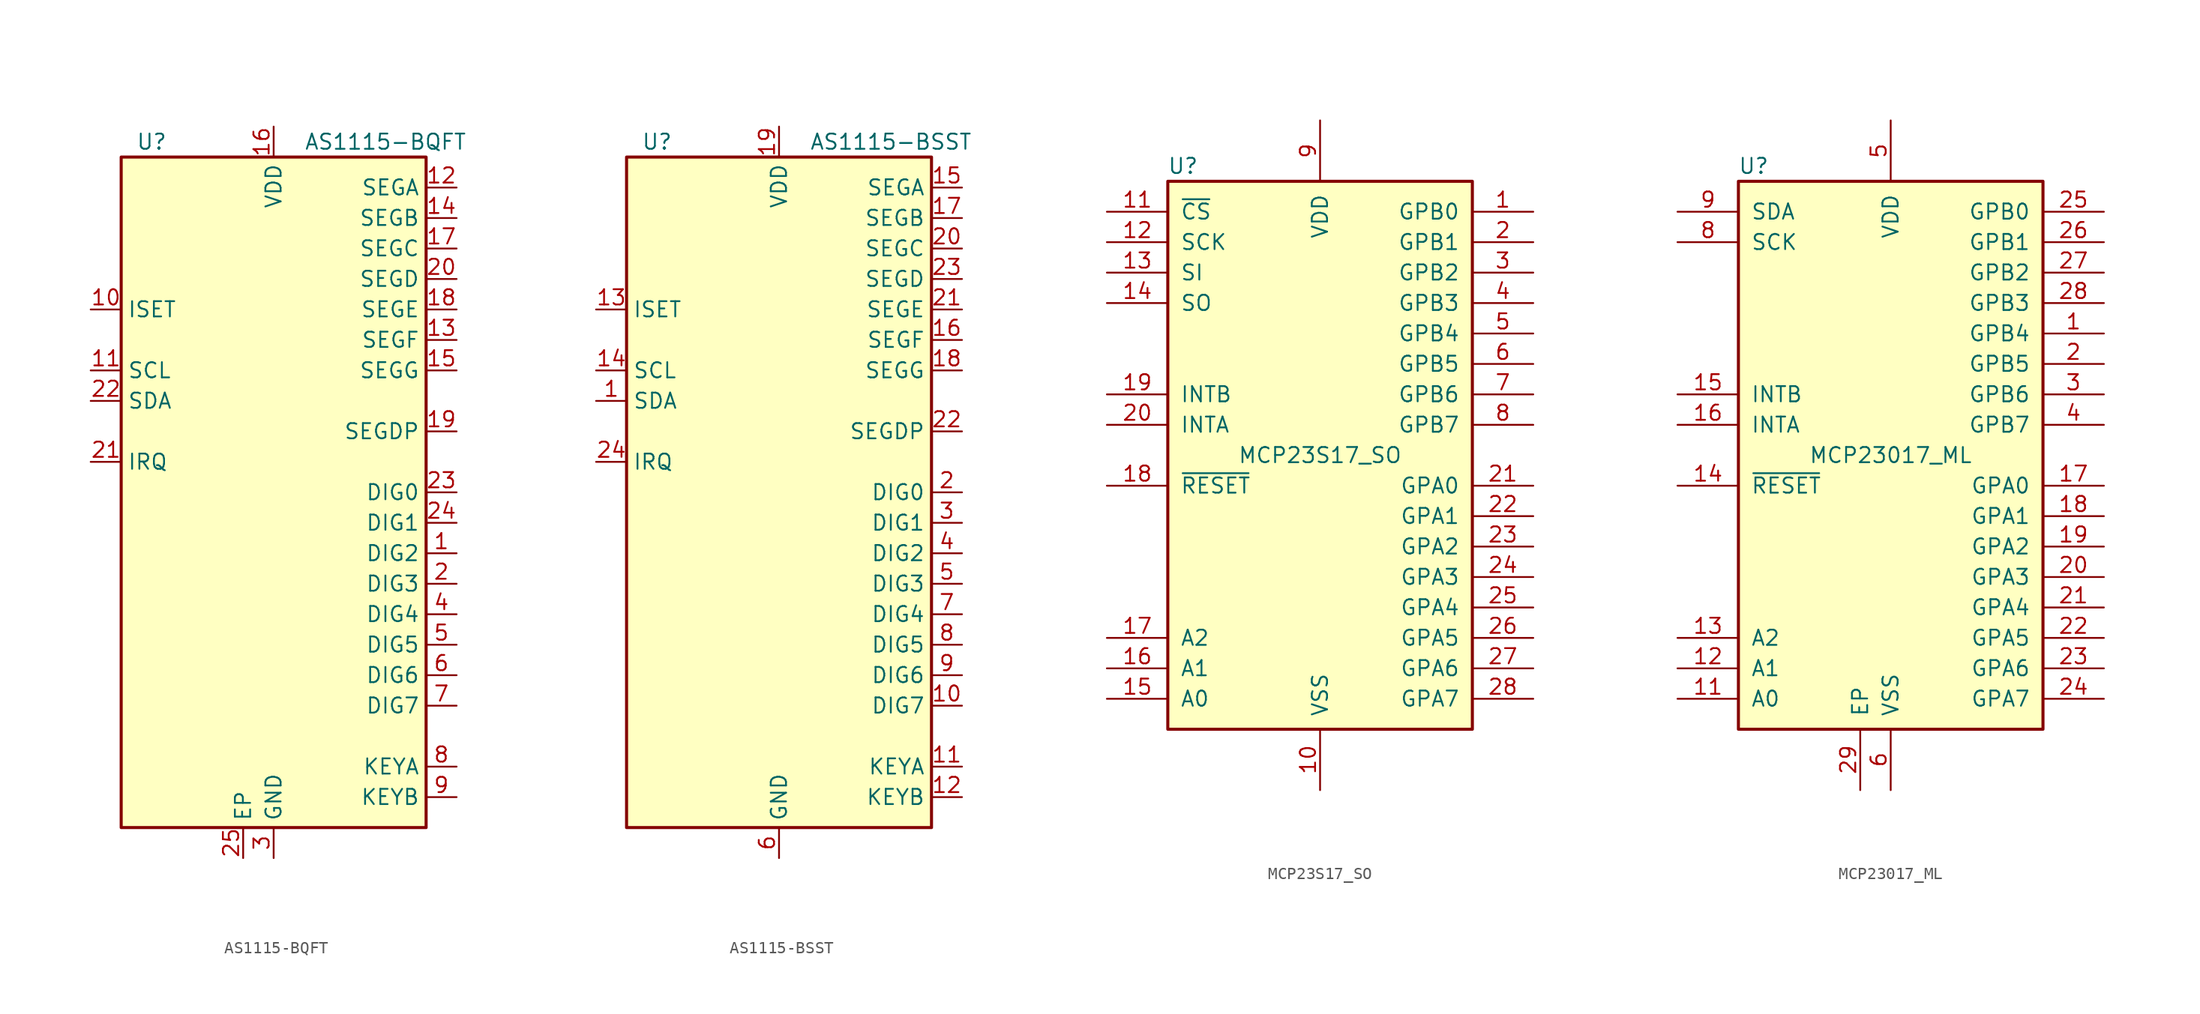
<source format=kicad_sym>
(kicad_symbol_lib
  (version 20201005)
  (generator kicad_symbol_editor)
  (symbol "AS1115-BQFT"
    (property "Reference" "U"
      (at -10.16 29.21 0)
      (effects (font (size 1.27 1.27))))
    (property "Value" "AS1115-BQFT"
      (at 2.54 29.21 0)
      (effects (font (size 1.27 1.27)) (justify left)))
    (symbol "AS1115-BQFT_0_1"
      (rectangle (start -12.7 27.94) (end 12.7 -27.94) (stroke (width 0.254)) (fill (type background))))
    (symbol "AS1115-BQFT_1_1"
      (pin open_collector line (at 15.24 -5.08 180) (length 2.54) (name "DIG2" (effects (font (size 1.27 1.27)))) (number "1" (effects (font (size 1.27 1.27)))))
      (pin passive line (at -15.24 15.24 0) (length 2.54) (name "ISET" (effects (font (size 1.27 1.27)))) (number "10" (effects (font (size 1.27 1.27)))))
      (pin input line (at -15.24 10.16 0) (length 2.54) (name "SCL" (effects (font (size 1.27 1.27)))) (number "11" (effects (font (size 1.27 1.27)))))
      (pin output line (at 15.24 25.4 180) (length 2.54) (name "SEGA" (effects (font (size 1.27 1.27)))) (number "12" (effects (font (size 1.27 1.27)))))
      (pin output line (at 15.24 12.7 180) (length 2.54) (name "SEGF" (effects (font (size 1.27 1.27)))) (number "13" (effects (font (size 1.27 1.27)))))
      (pin output line (at 15.24 22.86 180) (length 2.54) (name "SEGB" (effects (font (size 1.27 1.27)))) (number "14" (effects (font (size 1.27 1.27)))))
      (pin output line (at 15.24 10.16 180) (length 2.54) (name "SEGG" (effects (font (size 1.27 1.27)))) (number "15" (effects (font (size 1.27 1.27)))))
      (pin power_in line (at 0 30.48 270) (length 2.54) (name "VDD" (effects (font (size 1.27 1.27)))) (number "16" (effects (font (size 1.27 1.27)))))
      (pin output line (at 15.24 20.32 180) (length 2.54) (name "SEGC" (effects (font (size 1.27 1.27)))) (number "17" (effects (font (size 1.27 1.27)))))
      (pin output line (at 15.24 15.24 180) (length 2.54) (name "SEGE" (effects (font (size 1.27 1.27)))) (number "18" (effects (font (size 1.27 1.27)))))
      (pin output line (at 15.24 5.08 180) (length 2.54) (name "SEGDP" (effects (font (size 1.27 1.27)))) (number "19" (effects (font (size 1.27 1.27)))))
      (pin open_collector line (at 15.24 -7.62 180) (length 2.54) (name "DIG3" (effects (font (size 1.27 1.27)))) (number "2" (effects (font (size 1.27 1.27)))))
      (pin output line (at 15.24 17.78 180) (length 2.54) (name "SEGD" (effects (font (size 1.27 1.27)))) (number "20" (effects (font (size 1.27 1.27)))))
      (pin open_collector line (at -15.24 2.54 0) (length 2.54) (name "IRQ" (effects (font (size 1.27 1.27)))) (number "21" (effects (font (size 1.27 1.27)))))
      (pin bidirectional line (at -15.24 7.62 0) (length 2.54) (name "SDA" (effects (font (size 1.27 1.27)))) (number "22" (effects (font (size 1.27 1.27)))))
      (pin open_collector line (at 15.24 0 180) (length 2.54) (name "DIG0" (effects (font (size 1.27 1.27)))) (number "23" (effects (font (size 1.27 1.27)))))
      (pin open_collector line (at 15.24 -2.54 180) (length 2.54) (name "DIG1" (effects (font (size 1.27 1.27)))) (number "24" (effects (font (size 1.27 1.27)))))
      (pin passive line (at -2.54 -30.48 90) (length 2.54) (name "EP" (effects (font (size 1.27 1.27)))) (number "25" (effects (font (size 1.27 1.27)))))
      (pin power_in line (at 0 -30.48 90) (length 2.54) (name "GND" (effects (font (size 1.27 1.27)))) (number "3" (effects (font (size 1.27 1.27)))))
      (pin open_collector line (at 15.24 -10.16 180) (length 2.54) (name "DIG4" (effects (font (size 1.27 1.27)))) (number "4" (effects (font (size 1.27 1.27)))))
      (pin open_collector line (at 15.24 -12.7 180) (length 2.54) (name "DIG5" (effects (font (size 1.27 1.27)))) (number "5" (effects (font (size 1.27 1.27)))))
      (pin open_collector line (at 15.24 -15.24 180) (length 2.54) (name "DIG6" (effects (font (size 1.27 1.27)))) (number "6" (effects (font (size 1.27 1.27)))))
      (pin open_collector line (at 15.24 -17.78 180) (length 2.54) (name "DIG7" (effects (font (size 1.27 1.27)))) (number "7" (effects (font (size 1.27 1.27)))))
      (pin open_collector line (at 15.24 -22.86 180) (length 2.54) (name "KEYA" (effects (font (size 1.27 1.27)))) (number "8" (effects (font (size 1.27 1.27)))))
      (pin open_collector line (at 15.24 -25.4 180) (length 2.54) (name "KEYB" (effects (font (size 1.27 1.27)))) (number "9" (effects (font (size 1.27 1.27)))))))
  (symbol "AS1115-BSST"
    (property "Reference" "U"
      (at -10.16 29.21 0)
      (effects (font (size 1.27 1.27))))
    (property "Value" "AS1115-BSST"
      (at 2.54 29.21 0)
      (effects (font (size 1.27 1.27)) (justify left)))
    (symbol "AS1115-BSST_0_1"
      (rectangle (start -12.7 27.94) (end 12.7 -27.94) (stroke (width 0.254)) (fill (type background))))
    (symbol "AS1115-BSST_1_1"
      (pin bidirectional line (at -15.24 7.62 0) (length 2.54) (name "SDA" (effects (font (size 1.27 1.27)))) (number "1" (effects (font (size 1.27 1.27)))))
      (pin open_collector line (at 15.24 -17.78 180) (length 2.54) (name "DIG7" (effects (font (size 1.27 1.27)))) (number "10" (effects (font (size 1.27 1.27)))))
      (pin open_collector line (at 15.24 -22.86 180) (length 2.54) (name "KEYA" (effects (font (size 1.27 1.27)))) (number "11" (effects (font (size 1.27 1.27)))))
      (pin open_collector line (at 15.24 -25.4 180) (length 2.54) (name "KEYB" (effects (font (size 1.27 1.27)))) (number "12" (effects (font (size 1.27 1.27)))))
      (pin passive line (at -15.24 15.24 0) (length 2.54) (name "ISET" (effects (font (size 1.27 1.27)))) (number "13" (effects (font (size 1.27 1.27)))))
      (pin input line (at -15.24 10.16 0) (length 2.54) (name "SCL" (effects (font (size 1.27 1.27)))) (number "14" (effects (font (size 1.27 1.27)))))
      (pin output line (at 15.24 25.4 180) (length 2.54) (name "SEGA" (effects (font (size 1.27 1.27)))) (number "15" (effects (font (size 1.27 1.27)))))
      (pin output line (at 15.24 12.7 180) (length 2.54) (name "SEGF" (effects (font (size 1.27 1.27)))) (number "16" (effects (font (size 1.27 1.27)))))
      (pin output line (at 15.24 22.86 180) (length 2.54) (name "SEGB" (effects (font (size 1.27 1.27)))) (number "17" (effects (font (size 1.27 1.27)))))
      (pin output line (at 15.24 10.16 180) (length 2.54) (name "SEGG" (effects (font (size 1.27 1.27)))) (number "18" (effects (font (size 1.27 1.27)))))
      (pin power_in line (at 0 30.48 270) (length 2.54) (name "VDD" (effects (font (size 1.27 1.27)))) (number "19" (effects (font (size 1.27 1.27)))))
      (pin open_collector line (at 15.24 0 180) (length 2.54) (name "DIG0" (effects (font (size 1.27 1.27)))) (number "2" (effects (font (size 1.27 1.27)))))
      (pin output line (at 15.24 20.32 180) (length 2.54) (name "SEGC" (effects (font (size 1.27 1.27)))) (number "20" (effects (font (size 1.27 1.27)))))
      (pin output line (at 15.24 15.24 180) (length 2.54) (name "SEGE" (effects (font (size 1.27 1.27)))) (number "21" (effects (font (size 1.27 1.27)))))
      (pin output line (at 15.24 5.08 180) (length 2.54) (name "SEGDP" (effects (font (size 1.27 1.27)))) (number "22" (effects (font (size 1.27 1.27)))))
      (pin output line (at 15.24 17.78 180) (length 2.54) (name "SEGD" (effects (font (size 1.27 1.27)))) (number "23" (effects (font (size 1.27 1.27)))))
      (pin open_collector line (at -15.24 2.54 0) (length 2.54) (name "IRQ" (effects (font (size 1.27 1.27)))) (number "24" (effects (font (size 1.27 1.27)))))
      (pin open_collector line (at 15.24 -2.54 180) (length 2.54) (name "DIG1" (effects (font (size 1.27 1.27)))) (number "3" (effects (font (size 1.27 1.27)))))
      (pin open_collector line (at 15.24 -5.08 180) (length 2.54) (name "DIG2" (effects (font (size 1.27 1.27)))) (number "4" (effects (font (size 1.27 1.27)))))
      (pin open_collector line (at 15.24 -7.62 180) (length 2.54) (name "DIG3" (effects (font (size 1.27 1.27)))) (number "5" (effects (font (size 1.27 1.27)))))
      (pin power_in line (at 0 -30.48 90) (length 2.54) (name "GND" (effects (font (size 1.27 1.27)))) (number "6" (effects (font (size 1.27 1.27)))))
      (pin open_collector line (at 15.24 -10.16 180) (length 2.54) (name "DIG4" (effects (font (size 1.27 1.27)))) (number "7" (effects (font (size 1.27 1.27)))))
      (pin open_collector line (at 15.24 -12.7 180) (length 2.54) (name "DIG5" (effects (font (size 1.27 1.27)))) (number "8" (effects (font (size 1.27 1.27)))))
      (pin open_collector line (at 15.24 -15.24 180) (length 2.54) (name "DIG6" (effects (font (size 1.27 1.27)))) (number "9" (effects (font (size 1.27 1.27)))))))
  (symbol "MCP23S17_SO"
    (pin_names
      (offset 1.016))
    (property "Reference" "U"
      (at -11.43 24.13 0)
      (effects (font (size 1.27 1.27))))
    (property "Value" "MCP23S17_SO"
      (at 0 0 0)
      (effects (font (size 1.27 1.27))))
    (symbol "MCP23S17_SO_0_1"
      (rectangle (start -12.7 22.86) (end 12.7 -22.86) (stroke (width 0.254)) (fill (type background))))
    (symbol "MCP23S17_SO_1_1"
      (pin bidirectional line (at 17.78 20.32 180) (length 5.08) (name "GPB0" (effects (font (size 1.27 1.27)))) (number "1" (effects (font (size 1.27 1.27)))))
      (pin power_in line (at 0 -27.94 90) (length 5.08) (name "VSS" (effects (font (size 1.27 1.27)))) (number "10" (effects (font (size 1.27 1.27)))))
      (pin input line (at -17.78 20.32 0) (length 5.08) (name "~CS~" (effects (font (size 1.27 1.27)))) (number "11" (effects (font (size 1.27 1.27)))))
      (pin input line (at -17.78 17.78 0) (length 5.08) (name "SCK" (effects (font (size 1.27 1.27)))) (number "12" (effects (font (size 1.27 1.27)))))
      (pin input line (at -17.78 15.24 0) (length 5.08) (name "SI" (effects (font (size 1.27 1.27)))) (number "13" (effects (font (size 1.27 1.27)))))
      (pin output line (at -17.78 12.7 0) (length 5.08) (name "SO" (effects (font (size 1.27 1.27)))) (number "14" (effects (font (size 1.27 1.27)))))
      (pin input line (at -17.78 -20.32 0) (length 5.08) (name "A0" (effects (font (size 1.27 1.27)))) (number "15" (effects (font (size 1.27 1.27)))))
      (pin input line (at -17.78 -17.78 0) (length 5.08) (name "A1" (effects (font (size 1.27 1.27)))) (number "16" (effects (font (size 1.27 1.27)))))
      (pin input line (at -17.78 -15.24 0) (length 5.08) (name "A2" (effects (font (size 1.27 1.27)))) (number "17" (effects (font (size 1.27 1.27)))))
      (pin input line (at -17.78 -2.54 0) (length 5.08) (name "~RESET~" (effects (font (size 1.27 1.27)))) (number "18" (effects (font (size 1.27 1.27)))))
      (pin tri_state line (at -17.78 5.08 0) (length 5.08) (name "INTB" (effects (font (size 1.27 1.27)))) (number "19" (effects (font (size 1.27 1.27)))))
      (pin bidirectional line (at 17.78 17.78 180) (length 5.08) (name "GPB1" (effects (font (size 1.27 1.27)))) (number "2" (effects (font (size 1.27 1.27)))))
      (pin tri_state line (at -17.78 2.54 0) (length 5.08) (name "INTA" (effects (font (size 1.27 1.27)))) (number "20" (effects (font (size 1.27 1.27)))))
      (pin bidirectional line (at 17.78 -2.54 180) (length 5.08) (name "GPA0" (effects (font (size 1.27 1.27)))) (number "21" (effects (font (size 1.27 1.27)))))
      (pin bidirectional line (at 17.78 -5.08 180) (length 5.08) (name "GPA1" (effects (font (size 1.27 1.27)))) (number "22" (effects (font (size 1.27 1.27)))))
      (pin bidirectional line (at 17.78 -7.62 180) (length 5.08) (name "GPA2" (effects (font (size 1.27 1.27)))) (number "23" (effects (font (size 1.27 1.27)))))
      (pin bidirectional line (at 17.78 -10.16 180) (length 5.08) (name "GPA3" (effects (font (size 1.27 1.27)))) (number "24" (effects (font (size 1.27 1.27)))))
      (pin bidirectional line (at 17.78 -12.7 180) (length 5.08) (name "GPA4" (effects (font (size 1.27 1.27)))) (number "25" (effects (font (size 1.27 1.27)))))
      (pin bidirectional line (at 17.78 -15.24 180) (length 5.08) (name "GPA5" (effects (font (size 1.27 1.27)))) (number "26" (effects (font (size 1.27 1.27)))))
      (pin bidirectional line (at 17.78 -17.78 180) (length 5.08) (name "GPA6" (effects (font (size 1.27 1.27)))) (number "27" (effects (font (size 1.27 1.27)))))
      (pin bidirectional line (at 17.78 -20.32 180) (length 5.08) (name "GPA7" (effects (font (size 1.27 1.27)))) (number "28" (effects (font (size 1.27 1.27)))))
      (pin bidirectional line (at 17.78 15.24 180) (length 5.08) (name "GPB2" (effects (font (size 1.27 1.27)))) (number "3" (effects (font (size 1.27 1.27)))))
      (pin bidirectional line (at 17.78 12.7 180) (length 5.08) (name "GPB3" (effects (font (size 1.27 1.27)))) (number "4" (effects (font (size 1.27 1.27)))))
      (pin bidirectional line (at 17.78 10.16 180) (length 5.08) (name "GPB4" (effects (font (size 1.27 1.27)))) (number "5" (effects (font (size 1.27 1.27)))))
      (pin bidirectional line (at 17.78 7.62 180) (length 5.08) (name "GPB5" (effects (font (size 1.27 1.27)))) (number "6" (effects (font (size 1.27 1.27)))))
      (pin bidirectional line (at 17.78 5.08 180) (length 5.08) (name "GPB6" (effects (font (size 1.27 1.27)))) (number "7" (effects (font (size 1.27 1.27)))))
      (pin bidirectional line (at 17.78 2.54 180) (length 5.08) (name "GPB7" (effects (font (size 1.27 1.27)))) (number "8" (effects (font (size 1.27 1.27)))))
      (pin power_in line (at 0 27.94 270) (length 5.08) (name "VDD" (effects (font (size 1.27 1.27)))) (number "9" (effects (font (size 1.27 1.27)))))))
  (symbol "MCP23017_ML"
    (pin_names
      (offset 1.016))
    (property "Reference" "U"
      (at -11.43 24.13 0)
      (effects (font (size 1.27 1.27))))
    (property "Value" "MCP23017_ML"
      (at 0 0 0)
      (effects (font (size 1.27 1.27))))
    (symbol "MCP23017_ML_0_1"
      (rectangle (start -12.7 22.86) (end 12.7 -22.86) (stroke (width 0.254)) (fill (type background))))
    (symbol "MCP23017_ML_1_1"
      (pin bidirectional line (at 17.78 10.16 180) (length 5.08) (name "GPB4" (effects (font (size 1.27 1.27)))) (number "1" (effects (font (size 1.27 1.27)))))
      (pin no_connect line (at -12.7 12.7 0) (length 5.08) hide (name "NC" (effects (font (size 1.27 1.27)))) (number "10" (effects (font (size 1.27 1.27)))))
      (pin input line (at -17.78 -20.32 0) (length 5.08) (name "A0" (effects (font (size 1.27 1.27)))) (number "11" (effects (font (size 1.27 1.27)))))
      (pin input line (at -17.78 -17.78 0) (length 5.08) (name "A1" (effects (font (size 1.27 1.27)))) (number "12" (effects (font (size 1.27 1.27)))))
      (pin input line (at -17.78 -15.24 0) (length 5.08) (name "A2" (effects (font (size 1.27 1.27)))) (number "13" (effects (font (size 1.27 1.27)))))
      (pin input line (at -17.78 -2.54 0) (length 5.08) (name "~RESET~" (effects (font (size 1.27 1.27)))) (number "14" (effects (font (size 1.27 1.27)))))
      (pin tri_state line (at -17.78 5.08 0) (length 5.08) (name "INTB" (effects (font (size 1.27 1.27)))) (number "15" (effects (font (size 1.27 1.27)))))
      (pin tri_state line (at -17.78 2.54 0) (length 5.08) (name "INTA" (effects (font (size 1.27 1.27)))) (number "16" (effects (font (size 1.27 1.27)))))
      (pin bidirectional line (at 17.78 -2.54 180) (length 5.08) (name "GPA0" (effects (font (size 1.27 1.27)))) (number "17" (effects (font (size 1.27 1.27)))))
      (pin bidirectional line (at 17.78 -5.08 180) (length 5.08) (name "GPA1" (effects (font (size 1.27 1.27)))) (number "18" (effects (font (size 1.27 1.27)))))
      (pin bidirectional line (at 17.78 -7.62 180) (length 5.08) (name "GPA2" (effects (font (size 1.27 1.27)))) (number "19" (effects (font (size 1.27 1.27)))))
      (pin bidirectional line (at 17.78 7.62 180) (length 5.08) (name "GPB5" (effects (font (size 1.27 1.27)))) (number "2" (effects (font (size 1.27 1.27)))))
      (pin bidirectional line (at 17.78 -10.16 180) (length 5.08) (name "GPA3" (effects (font (size 1.27 1.27)))) (number "20" (effects (font (size 1.27 1.27)))))
      (pin bidirectional line (at 17.78 -12.7 180) (length 5.08) (name "GPA4" (effects (font (size 1.27 1.27)))) (number "21" (effects (font (size 1.27 1.27)))))
      (pin bidirectional line (at 17.78 -15.24 180) (length 5.08) (name "GPA5" (effects (font (size 1.27 1.27)))) (number "22" (effects (font (size 1.27 1.27)))))
      (pin bidirectional line (at 17.78 -17.78 180) (length 5.08) (name "GPA6" (effects (font (size 1.27 1.27)))) (number "23" (effects (font (size 1.27 1.27)))))
      (pin bidirectional line (at 17.78 -20.32 180) (length 5.08) (name "GPA7" (effects (font (size 1.27 1.27)))) (number "24" (effects (font (size 1.27 1.27)))))
      (pin bidirectional line (at 17.78 20.32 180) (length 5.08) (name "GPB0" (effects (font (size 1.27 1.27)))) (number "25" (effects (font (size 1.27 1.27)))))
      (pin bidirectional line (at 17.78 17.78 180) (length 5.08) (name "GPB1" (effects (font (size 1.27 1.27)))) (number "26" (effects (font (size 1.27 1.27)))))
      (pin bidirectional line (at 17.78 15.24 180) (length 5.08) (name "GPB2" (effects (font (size 1.27 1.27)))) (number "27" (effects (font (size 1.27 1.27)))))
      (pin bidirectional line (at 17.78 12.7 180) (length 5.08) (name "GPB3" (effects (font (size 1.27 1.27)))) (number "28" (effects (font (size 1.27 1.27)))))
      (pin passive line (at -2.54 -27.94 90) (length 5.08) (name "EP" (effects (font (size 1.27 1.27)))) (number "29" (effects (font (size 1.27 1.27)))))
      (pin bidirectional line (at 17.78 5.08 180) (length 5.08) (name "GPB6" (effects (font (size 1.27 1.27)))) (number "3" (effects (font (size 1.27 1.27)))))
      (pin bidirectional line (at 17.78 2.54 180) (length 5.08) (name "GPB7" (effects (font (size 1.27 1.27)))) (number "4" (effects (font (size 1.27 1.27)))))
      (pin power_in line (at 0 27.94 270) (length 5.08) (name "VDD" (effects (font (size 1.27 1.27)))) (number "5" (effects (font (size 1.27 1.27)))))
      (pin power_in line (at 0 -27.94 90) (length 5.08) (name "VSS" (effects (font (size 1.27 1.27)))) (number "6" (effects (font (size 1.27 1.27)))))
      (pin no_connect line (at -12.7 15.24 0) (length 5.08) hide (name "NC" (effects (font (size 1.27 1.27)))) (number "7" (effects (font (size 1.27 1.27)))))
      (pin input line (at -17.78 17.78 0) (length 5.08) (name "SCK" (effects (font (size 1.27 1.27)))) (number "8" (effects (font (size 1.27 1.27)))))
      (pin bidirectional line (at -17.78 20.32 0) (length 5.08) (name "SDA" (effects (font (size 1.27 1.27)))) (number "9" (effects (font (size 1.27 1.27))))))))
</source>
